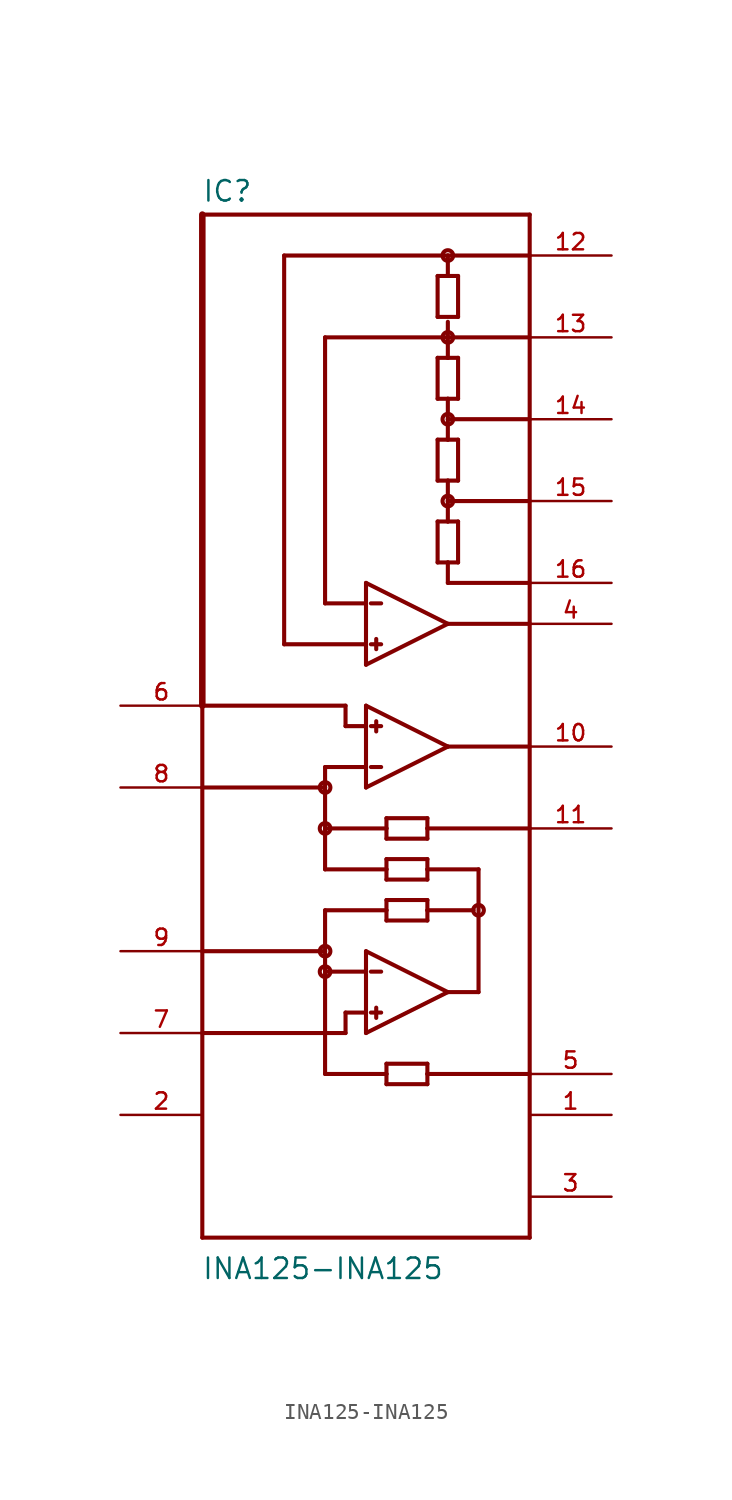
<source format=kicad_sym>
(kicad_symbol_lib
  (version 20211014)
  (generator kicad_symbol_editor)
  (symbol "INA125-INA125"
    (pin_names
      (offset 1.016) hide)
    (property "Reference" "IC"
      (at -12.725 28.651 0)
      (effects (font (size 1.27 1.27)) (justify left bottom)))
    (property "Value" "INA125-INA125"
      (at -12.751 -38.227 0)
      (effects (font (size 1.27 1.27)) (justify left bottom)))
    (property "ki_locked" ""
      (at 0 0 0)
      (effects (font (size 1.27 1.27))))
    (symbol "INA125-INA125_0_0"
      (circle (center -5.08 -19.05) (radius 0.33) (stroke (width 0.254) (type default) (color 0 0 0 0)) (fill (type none)))
      (circle (center -5.08 -17.78) (radius 0.33) (stroke (width 0.254) (type default) (color 0 0 0 0)) (fill (type none)))
      (circle (center -5.08 -10.16) (radius 0.33) (stroke (width 0.254) (type default) (color 0 0 0 0)) (fill (type none)))
      (circle (center -5.08 -7.62) (radius 0.33) (stroke (width 0.254) (type default) (color 0 0 0 0)) (fill (type none)))
      (polyline (pts (xy -12.7 -35.56) (xy 7.62 -35.56)) (stroke (width 0.254) (type default) (color 0 0 0 0)) (fill (type none)))
      (polyline (pts (xy -12.7 -22.86) (xy -12.7 -35.56)) (stroke (width 0.254) (type default) (color 0 0 0 0)) (fill (type none)))
      (polyline (pts (xy -12.7 -17.78) (xy -12.7 -22.86)) (stroke (width 0.254) (type default) (color 0 0 0 0)) (fill (type none)))
      (polyline (pts (xy -12.7 -17.78) (xy -5.08 -17.78)) (stroke (width 0.254) (type default) (color 0 0 0 0)) (fill (type none)))
      (polyline (pts (xy -12.7 -7.62) (xy -12.7 -17.78)) (stroke (width 0.254) (type default) (color 0 0 0 0)) (fill (type none)))
      (polyline (pts (xy -12.7 -7.62) (xy -5.08 -7.62)) (stroke (width 0.254) (type default) (color 0 0 0 0)) (fill (type none)))
      (polyline (pts (xy -12.7 -2.54) (xy -12.7 -7.62)) (stroke (width 0.254) (type default) (color 0 0 0 0)) (fill (type none)))
      (polyline (pts (xy -12.7 -2.54) (xy -3.81 -2.54)) (stroke (width 0.254) (type default) (color 0 0 0 0)) (fill (type none)))
      (polyline (pts (xy -12.7 27.94) (xy -12.7 -2.54)) (stroke (width 0.406) (type default) (color 0 0 0 0)) (fill (type none)))
      (polyline (pts (xy -7.62 1.27) (xy -7.62 25.4)) (stroke (width 0.254) (type default) (color 0 0 0 0)) (fill (type none)))
      (polyline (pts (xy -7.62 25.4) (xy 2.54 25.4)) (stroke (width 0.254) (type default) (color 0 0 0 0)) (fill (type none)))
      (polyline (pts (xy -5.08 -25.4) (xy -1.27 -25.4)) (stroke (width 0.254) (type default) (color 0 0 0 0)) (fill (type none)))
      (polyline (pts (xy -5.08 -19.05) (xy -5.08 -25.4)) (stroke (width 0.254) (type default) (color 0 0 0 0)) (fill (type none)))
      (polyline (pts (xy -5.08 -19.05) (xy -5.08 -17.78)) (stroke (width 0.254) (type default) (color 0 0 0 0)) (fill (type none)))
      (polyline (pts (xy -5.08 -15.24) (xy -5.08 -17.78)) (stroke (width 0.254) (type default) (color 0 0 0 0)) (fill (type none)))
      (polyline (pts (xy -5.08 -12.7) (xy -1.27 -12.7)) (stroke (width 0.254) (type default) (color 0 0 0 0)) (fill (type none)))
      (polyline (pts (xy -5.08 -10.16) (xy -5.08 -12.7)) (stroke (width 0.254) (type default) (color 0 0 0 0)) (fill (type none)))
      (polyline (pts (xy -5.08 -10.16) (xy -1.27 -10.16)) (stroke (width 0.254) (type default) (color 0 0 0 0)) (fill (type none)))
      (polyline (pts (xy -5.08 -7.62) (xy -5.08 -10.16)) (stroke (width 0.254) (type default) (color 0 0 0 0)) (fill (type none)))
      (polyline (pts (xy -5.08 -6.35) (xy -5.08 -7.62)) (stroke (width 0.254) (type default) (color 0 0 0 0)) (fill (type none)))
      (polyline (pts (xy -5.08 20.32) (xy -5.08 3.81)) (stroke (width 0.254) (type default) (color 0 0 0 0)) (fill (type none)))
      (polyline (pts (xy -3.81 -22.86) (xy -12.7 -22.86)) (stroke (width 0.254) (type default) (color 0 0 0 0)) (fill (type none)))
      (polyline (pts (xy -3.81 -21.59) (xy -3.81 -22.86)) (stroke (width 0.254) (type default) (color 0 0 0 0)) (fill (type none)))
      (polyline (pts (xy -3.81 -2.54) (xy -3.81 -3.81)) (stroke (width 0.254) (type default) (color 0 0 0 0)) (fill (type none)))
      (polyline (pts (xy -2.54 -22.86) (xy -2.54 -21.59)) (stroke (width 0.254) (type default) (color 0 0 0 0)) (fill (type none)))
      (polyline (pts (xy -2.54 -21.59) (xy -3.81 -21.59)) (stroke (width 0.254) (type default) (color 0 0 0 0)) (fill (type none)))
      (polyline (pts (xy -2.54 -21.59) (xy -2.54 -19.05)) (stroke (width 0.254) (type default) (color 0 0 0 0)) (fill (type none)))
      (polyline (pts (xy -2.54 -19.05) (xy -5.08 -19.05)) (stroke (width 0.254) (type default) (color 0 0 0 0)) (fill (type none)))
      (polyline (pts (xy -2.54 -19.05) (xy -2.54 -17.78)) (stroke (width 0.254) (type default) (color 0 0 0 0)) (fill (type none)))
      (polyline (pts (xy -2.54 -17.78) (xy 2.54 -20.32)) (stroke (width 0.254) (type default) (color 0 0 0 0)) (fill (type none)))
      (polyline (pts (xy -2.54 -7.62) (xy -2.54 -6.35)) (stroke (width 0.254) (type default) (color 0 0 0 0)) (fill (type none)))
      (polyline (pts (xy -2.54 -6.35) (xy -5.08 -6.35)) (stroke (width 0.254) (type default) (color 0 0 0 0)) (fill (type none)))
      (polyline (pts (xy -2.54 -6.35) (xy -2.54 -3.81)) (stroke (width 0.254) (type default) (color 0 0 0 0)) (fill (type none)))
      (polyline (pts (xy -2.54 -3.81) (xy -3.81 -3.81)) (stroke (width 0.254) (type default) (color 0 0 0 0)) (fill (type none)))
      (polyline (pts (xy -2.54 -3.81) (xy -2.54 -2.54)) (stroke (width 0.254) (type default) (color 0 0 0 0)) (fill (type none)))
      (polyline (pts (xy -2.54 -2.54) (xy 2.54 -5.08)) (stroke (width 0.254) (type default) (color 0 0 0 0)) (fill (type none)))
      (polyline (pts (xy -2.54 0) (xy 2.54 2.54)) (stroke (width 0.254) (type default) (color 0 0 0 0)) (fill (type none)))
      (polyline (pts (xy -2.54 1.27) (xy -7.62 1.27)) (stroke (width 0.254) (type default) (color 0 0 0 0)) (fill (type none)))
      (polyline (pts (xy -2.54 1.27) (xy -2.54 0)) (stroke (width 0.254) (type default) (color 0 0 0 0)) (fill (type none)))
      (polyline (pts (xy -2.54 3.81) (xy -5.08 3.81)) (stroke (width 0.254) (type default) (color 0 0 0 0)) (fill (type none)))
      (polyline (pts (xy -2.54 3.81) (xy -2.54 1.27)) (stroke (width 0.254) (type default) (color 0 0 0 0)) (fill (type none)))
      (polyline (pts (xy -2.54 5.08) (xy -2.54 3.81)) (stroke (width 0.254) (type default) (color 0 0 0 0)) (fill (type none)))
      (polyline (pts (xy -2.235 -21.59) (xy -1.6 -21.59)) (stroke (width 0.254) (type default) (color 0 0 0 0)) (fill (type none)))
      (polyline (pts (xy -2.235 -19.05) (xy -1.6 -19.05)) (stroke (width 0.254) (type default) (color 0 0 0 0)) (fill (type none)))
      (polyline (pts (xy -2.235 -6.35) (xy -1.6 -6.35)) (stroke (width 0.254) (type default) (color 0 0 0 0)) (fill (type none)))
      (polyline (pts (xy -2.235 -3.81) (xy -1.6 -3.81)) (stroke (width 0.254) (type default) (color 0 0 0 0)) (fill (type none)))
      (polyline (pts (xy -2.235 1.27) (xy -1.6 1.27)) (stroke (width 0.254) (type default) (color 0 0 0 0)) (fill (type none)))
      (polyline (pts (xy -2.235 3.81) (xy -1.6 3.81)) (stroke (width 0.254) (type default) (color 0 0 0 0)) (fill (type none)))
      (polyline (pts (xy -1.905 -21.285) (xy -1.905 -21.92)) (stroke (width 0.254) (type default) (color 0 0 0 0)) (fill (type none)))
      (polyline (pts (xy -1.905 -3.505) (xy -1.905 -4.14)) (stroke (width 0.254) (type default) (color 0 0 0 0)) (fill (type none)))
      (polyline (pts (xy -1.905 0.965) (xy -1.905 1.6)) (stroke (width 0.254) (type default) (color 0 0 0 0)) (fill (type none)))
      (polyline (pts (xy -1.27 -26.035) (xy -1.27 -25.4)) (stroke (width 0.254) (type default) (color 0 0 0 0)) (fill (type none)))
      (polyline (pts (xy -1.27 -25.4) (xy -1.27 -24.765)) (stroke (width 0.254) (type default) (color 0 0 0 0)) (fill (type none)))
      (polyline (pts (xy -1.27 -24.765) (xy 1.27 -24.765)) (stroke (width 0.254) (type default) (color 0 0 0 0)) (fill (type none)))
      (polyline (pts (xy -1.27 -15.875) (xy 1.27 -15.875)) (stroke (width 0.254) (type default) (color 0 0 0 0)) (fill (type none)))
      (polyline (pts (xy -1.27 -15.24) (xy -5.08 -15.24)) (stroke (width 0.254) (type default) (color 0 0 0 0)) (fill (type none)))
      (polyline (pts (xy -1.27 -15.24) (xy -1.27 -15.875)) (stroke (width 0.254) (type default) (color 0 0 0 0)) (fill (type none)))
      (polyline (pts (xy -1.27 -14.605) (xy -1.27 -15.24)) (stroke (width 0.254) (type default) (color 0 0 0 0)) (fill (type none)))
      (polyline (pts (xy -1.27 -13.335) (xy -1.27 -12.7)) (stroke (width 0.254) (type default) (color 0 0 0 0)) (fill (type none)))
      (polyline (pts (xy -1.27 -12.7) (xy -1.27 -12.065)) (stroke (width 0.254) (type default) (color 0 0 0 0)) (fill (type none)))
      (polyline (pts (xy -1.27 -12.065) (xy 1.27 -12.065)) (stroke (width 0.254) (type default) (color 0 0 0 0)) (fill (type none)))
      (polyline (pts (xy -1.27 -10.795) (xy 1.27 -10.795)) (stroke (width 0.254) (type default) (color 0 0 0 0)) (fill (type none)))
      (polyline (pts (xy -1.27 -10.16) (xy -1.27 -10.795)) (stroke (width 0.254) (type default) (color 0 0 0 0)) (fill (type none)))
      (polyline (pts (xy -1.27 -9.525) (xy -1.27 -10.16)) (stroke (width 0.254) (type default) (color 0 0 0 0)) (fill (type none)))
      (polyline (pts (xy 1.27 -26.035) (xy -1.27 -26.035)) (stroke (width 0.254) (type default) (color 0 0 0 0)) (fill (type none)))
      (polyline (pts (xy 1.27 -25.4) (xy 1.27 -26.035)) (stroke (width 0.254) (type default) (color 0 0 0 0)) (fill (type none)))
      (polyline (pts (xy 1.27 -25.4) (xy 7.62 -25.4)) (stroke (width 0.254) (type default) (color 0 0 0 0)) (fill (type none)))
      (polyline (pts (xy 1.27 -24.765) (xy 1.27 -25.4)) (stroke (width 0.254) (type default) (color 0 0 0 0)) (fill (type none)))
      (polyline (pts (xy 1.27 -15.875) (xy 1.27 -15.24)) (stroke (width 0.254) (type default) (color 0 0 0 0)) (fill (type none)))
      (polyline (pts (xy 1.27 -15.24) (xy 1.27 -14.605)) (stroke (width 0.254) (type default) (color 0 0 0 0)) (fill (type none)))
      (polyline (pts (xy 1.27 -15.24) (xy 4.14 -15.24)) (stroke (width 0.254) (type default) (color 0 0 0 0)) (fill (type none)))
      (polyline (pts (xy 1.27 -14.605) (xy -1.27 -14.605)) (stroke (width 0.254) (type default) (color 0 0 0 0)) (fill (type none)))
      (polyline (pts (xy 1.27 -13.335) (xy -1.27 -13.335)) (stroke (width 0.254) (type default) (color 0 0 0 0)) (fill (type none)))
      (polyline (pts (xy 1.27 -12.7) (xy 1.27 -13.335)) (stroke (width 0.254) (type default) (color 0 0 0 0)) (fill (type none)))
      (polyline (pts (xy 1.27 -12.7) (xy 4.445 -12.7)) (stroke (width 0.254) (type default) (color 0 0 0 0)) (fill (type none)))
      (polyline (pts (xy 1.27 -12.065) (xy 1.27 -12.7)) (stroke (width 0.254) (type default) (color 0 0 0 0)) (fill (type none)))
      (polyline (pts (xy 1.27 -10.795) (xy 1.27 -10.16)) (stroke (width 0.254) (type default) (color 0 0 0 0)) (fill (type none)))
      (polyline (pts (xy 1.27 -10.16) (xy 1.27 -9.525)) (stroke (width 0.254) (type default) (color 0 0 0 0)) (fill (type none)))
      (polyline (pts (xy 1.27 -10.16) (xy 7.62 -10.16)) (stroke (width 0.254) (type default) (color 0 0 0 0)) (fill (type none)))
      (polyline (pts (xy 1.27 -9.525) (xy -1.27 -9.525)) (stroke (width 0.254) (type default) (color 0 0 0 0)) (fill (type none)))
      (polyline (pts (xy 1.905 6.35) (xy 1.905 8.89)) (stroke (width 0.254) (type default) (color 0 0 0 0)) (fill (type none)))
      (polyline (pts (xy 1.905 8.89) (xy 2.54 8.89)) (stroke (width 0.254) (type default) (color 0 0 0 0)) (fill (type none)))
      (polyline (pts (xy 1.905 11.43) (xy 1.905 13.97)) (stroke (width 0.254) (type default) (color 0 0 0 0)) (fill (type none)))
      (polyline (pts (xy 1.905 13.97) (xy 2.54 13.97)) (stroke (width 0.254) (type default) (color 0 0 0 0)) (fill (type none)))
      (polyline (pts (xy 1.905 16.51) (xy 1.905 19.05)) (stroke (width 0.254) (type default) (color 0 0 0 0)) (fill (type none)))
      (polyline (pts (xy 1.905 19.05) (xy 2.54 19.05)) (stroke (width 0.254) (type default) (color 0 0 0 0)) (fill (type none)))
      (polyline (pts (xy 1.905 21.59) (xy 1.905 24.13)) (stroke (width 0.254) (type default) (color 0 0 0 0)) (fill (type none)))
      (polyline (pts (xy 1.905 24.13) (xy 2.54 24.13)) (stroke (width 0.254) (type default) (color 0 0 0 0)) (fill (type none)))
      (polyline (pts (xy 2.54 -20.32) (xy -2.54 -22.86)) (stroke (width 0.254) (type default) (color 0 0 0 0)) (fill (type none)))
      (polyline (pts (xy 2.54 -20.32) (xy 4.445 -20.32)) (stroke (width 0.254) (type default) (color 0 0 0 0)) (fill (type none)))
      (polyline (pts (xy 2.54 -5.08) (xy -2.54 -7.62)) (stroke (width 0.254) (type default) (color 0 0 0 0)) (fill (type none)))
      (polyline (pts (xy 2.54 -5.08) (xy 7.62 -5.08)) (stroke (width 0.254) (type default) (color 0 0 0 0)) (fill (type none)))
      (polyline (pts (xy 2.54 2.54) (xy -2.54 5.08)) (stroke (width 0.254) (type default) (color 0 0 0 0)) (fill (type none)))
      (polyline (pts (xy 2.54 2.54) (xy 7.62 2.54)) (stroke (width 0.254) (type default) (color 0 0 0 0)) (fill (type none)))
      (polyline (pts (xy 2.54 5.08) (xy 2.54 6.35)) (stroke (width 0.254) (type default) (color 0 0 0 0)) (fill (type none)))
      (polyline (pts (xy 2.54 5.08) (xy 7.62 5.08)) (stroke (width 0.254) (type default) (color 0 0 0 0)) (fill (type none)))
      (polyline (pts (xy 2.54 6.35) (xy 1.905 6.35)) (stroke (width 0.254) (type default) (color 0 0 0 0)) (fill (type none)))
      (polyline (pts (xy 2.54 8.89) (xy 3.175 8.89)) (stroke (width 0.254) (type default) (color 0 0 0 0)) (fill (type none)))
      (polyline (pts (xy 2.54 10.16) (xy 2.54 8.89)) (stroke (width 0.254) (type default) (color 0 0 0 0)) (fill (type none)))
      (polyline (pts (xy 2.54 10.16) (xy 7.62 10.16)) (stroke (width 0.254) (type default) (color 0 0 0 0)) (fill (type none)))
      (polyline (pts (xy 2.54 11.43) (xy 1.905 11.43)) (stroke (width 0.254) (type default) (color 0 0 0 0)) (fill (type none)))
      (polyline (pts (xy 2.54 11.43) (xy 2.54 10.16)) (stroke (width 0.254) (type default) (color 0 0 0 0)) (fill (type none)))
      (polyline (pts (xy 2.54 13.97) (xy 3.175 13.97)) (stroke (width 0.254) (type default) (color 0 0 0 0)) (fill (type none)))
      (polyline (pts (xy 2.54 15.24) (xy 2.54 13.97)) (stroke (width 0.254) (type default) (color 0 0 0 0)) (fill (type none)))
      (polyline (pts (xy 2.54 15.24) (xy 7.62 15.24)) (stroke (width 0.254) (type default) (color 0 0 0 0)) (fill (type none)))
      (polyline (pts (xy 2.54 16.51) (xy 1.905 16.51)) (stroke (width 0.254) (type default) (color 0 0 0 0)) (fill (type none)))
      (polyline (pts (xy 2.54 16.51) (xy 2.54 15.24)) (stroke (width 0.254) (type default) (color 0 0 0 0)) (fill (type none)))
      (polyline (pts (xy 2.54 19.05) (xy 3.175 19.05)) (stroke (width 0.254) (type default) (color 0 0 0 0)) (fill (type none)))
      (polyline (pts (xy 2.54 20.32) (xy -5.08 20.32)) (stroke (width 0.254) (type default) (color 0 0 0 0)) (fill (type none)))
      (polyline (pts (xy 2.54 20.32) (xy 2.54 19.05)) (stroke (width 0.254) (type default) (color 0 0 0 0)) (fill (type none)))
      (polyline (pts (xy 2.54 20.32) (xy 7.62 20.32)) (stroke (width 0.254) (type default) (color 0 0 0 0)) (fill (type none)))
      (polyline (pts (xy 2.54 21.285) (xy 2.54 20.32)) (stroke (width 0.254) (type default) (color 0 0 0 0)) (fill (type none)))
      (polyline (pts (xy 2.54 24.13) (xy 3.175 24.13)) (stroke (width 0.254) (type default) (color 0 0 0 0)) (fill (type none)))
      (polyline (pts (xy 2.54 25.4) (xy 2.54 24.13)) (stroke (width 0.254) (type default) (color 0 0 0 0)) (fill (type none)))
      (polyline (pts (xy 2.54 25.4) (xy 7.62 25.4)) (stroke (width 0.254) (type default) (color 0 0 0 0)) (fill (type none)))
      (polyline (pts (xy 3.175 6.35) (xy 2.54 6.35)) (stroke (width 0.254) (type default) (color 0 0 0 0)) (fill (type none)))
      (polyline (pts (xy 3.175 8.89) (xy 3.175 6.35)) (stroke (width 0.254) (type default) (color 0 0 0 0)) (fill (type none)))
      (polyline (pts (xy 3.175 11.43) (xy 2.54 11.43)) (stroke (width 0.254) (type default) (color 0 0 0 0)) (fill (type none)))
      (polyline (pts (xy 3.175 13.97) (xy 3.175 11.43)) (stroke (width 0.254) (type default) (color 0 0 0 0)) (fill (type none)))
      (polyline (pts (xy 3.175 16.51) (xy 2.54 16.51)) (stroke (width 0.254) (type default) (color 0 0 0 0)) (fill (type none)))
      (polyline (pts (xy 3.175 19.05) (xy 3.175 16.51)) (stroke (width 0.254) (type default) (color 0 0 0 0)) (fill (type none)))
      (polyline (pts (xy 3.175 21.59) (xy 1.905 21.59)) (stroke (width 0.254) (type default) (color 0 0 0 0)) (fill (type none)))
      (polyline (pts (xy 3.175 24.13) (xy 3.175 21.59)) (stroke (width 0.254) (type default) (color 0 0 0 0)) (fill (type none)))
      (polyline (pts (xy 4.445 -12.7) (xy 4.445 -20.32)) (stroke (width 0.254) (type default) (color 0 0 0 0)) (fill (type none)))
      (polyline (pts (xy 7.62 -35.56) (xy 7.62 -25.4)) (stroke (width 0.254) (type default) (color 0 0 0 0)) (fill (type none)))
      (polyline (pts (xy 7.62 -25.4) (xy 7.62 -10.16)) (stroke (width 0.254) (type default) (color 0 0 0 0)) (fill (type none)))
      (polyline (pts (xy 7.62 -10.16) (xy 7.62 27.94)) (stroke (width 0.254) (type default) (color 0 0 0 0)) (fill (type none)))
      (polyline (pts (xy 7.62 27.94) (xy -12.7 27.94)) (stroke (width 0.254) (type default) (color 0 0 0 0)) (fill (type none)))
      (circle (center 2.54 10.16) (radius 0.33) (stroke (width 0.254) (type default) (color 0 0 0 0)) (fill (type none)))
      (circle (center 2.54 15.24) (radius 0.33) (stroke (width 0.254) (type default) (color 0 0 0 0)) (fill (type none)))
      (circle (center 2.54 20.32) (radius 0.33) (stroke (width 0.254) (type default) (color 0 0 0 0)) (fill (type none)))
      (circle (center 2.54 25.4) (radius 0.33) (stroke (width 0.254) (type default) (color 0 0 0 0)) (fill (type none)))
      (circle (center 4.445 -15.24) (radius 0.33) (stroke (width 0.254) (type default) (color 0 0 0 0)) (fill (type none)))
      (pin power_in line (at 12.7 -27.94 180) (length 5.08) (name "V+" (effects (font (size 1.016 1.016)))) (number "1" (effects (font (size 1.016 1.016)))))
      (pin output line (at 12.7 -5.08 180) (length 5.08) (name "OUT" (effects (font (size 1.016 1.016)))) (number "10" (effects (font (size 1.016 1.016)))))
      (pin passive line (at 12.7 -10.16 180) (length 5.08) (name "SENSE" (effects (font (size 1.016 1.016)))) (number "11" (effects (font (size 1.016 1.016)))))
      (pin passive line (at 12.7 25.4 180) (length 5.08) (name "REFCOM" (effects (font (size 1.016 1.016)))) (number "12" (effects (font (size 1.016 1.016)))))
      (pin output line (at 12.7 20.32 180) (length 5.08) (name "REFBG" (effects (font (size 1.016 1.016)))) (number "13" (effects (font (size 1.016 1.016)))))
      (pin output line (at 12.7 15.24 180) (length 5.08) (name "REF2.5" (effects (font (size 1.016 1.016)))) (number "14" (effects (font (size 1.016 1.016)))))
      (pin output line (at 12.7 10.16 180) (length 5.08) (name "REF5" (effects (font (size 1.016 1.016)))) (number "15" (effects (font (size 1.016 1.016)))))
      (pin output line (at 12.7 5.08 180) (length 5.08) (name "REF10" (effects (font (size 1.016 1.016)))) (number "16" (effects (font (size 1.016 1.016)))))
      (pin input line (at -17.78 -27.94 0) (length 5.08) (name "~{SLEEP}" (effects (font (size 1.016 1.016)))) (number "2" (effects (font (size 1.016 1.016)))))
      (pin power_in line (at 12.7 -33.02 180) (length 5.08) (name "V-" (effects (font (size 1.016 1.016)))) (number "3" (effects (font (size 1.016 1.016)))))
      (pin output line (at 12.7 2.54 180) (length 5.08) (name "REFOUT" (effects (font (size 1.016 1.016)))) (number "4" (effects (font (size 1.016 1.016)))))
      (pin passive line (at 12.7 -25.4 180) (length 5.08) (name "REF" (effects (font (size 1.016 1.016)))) (number "5" (effects (font (size 1.016 1.016)))))
      (pin input line (at -17.78 -2.54 0) (length 5.08) (name "+IN" (effects (font (size 1.016 1.016)))) (number "6" (effects (font (size 1.016 1.016)))))
      (pin input line (at -17.78 -22.86 0) (length 5.08) (name "-IN" (effects (font (size 1.016 1.016)))) (number "7" (effects (font (size 1.016 1.016)))))
      (pin passive line (at -17.78 -7.62 0) (length 5.08) (name "RG" (effects (font (size 1.016 1.016)))) (number "8" (effects (font (size 1.016 1.016)))))
      (pin passive line (at -17.78 -17.78 0) (length 5.08) (name "RG@1" (effects (font (size 1.016 1.016)))) (number "9" (effects (font (size 1.016 1.016))))))))
</source>
